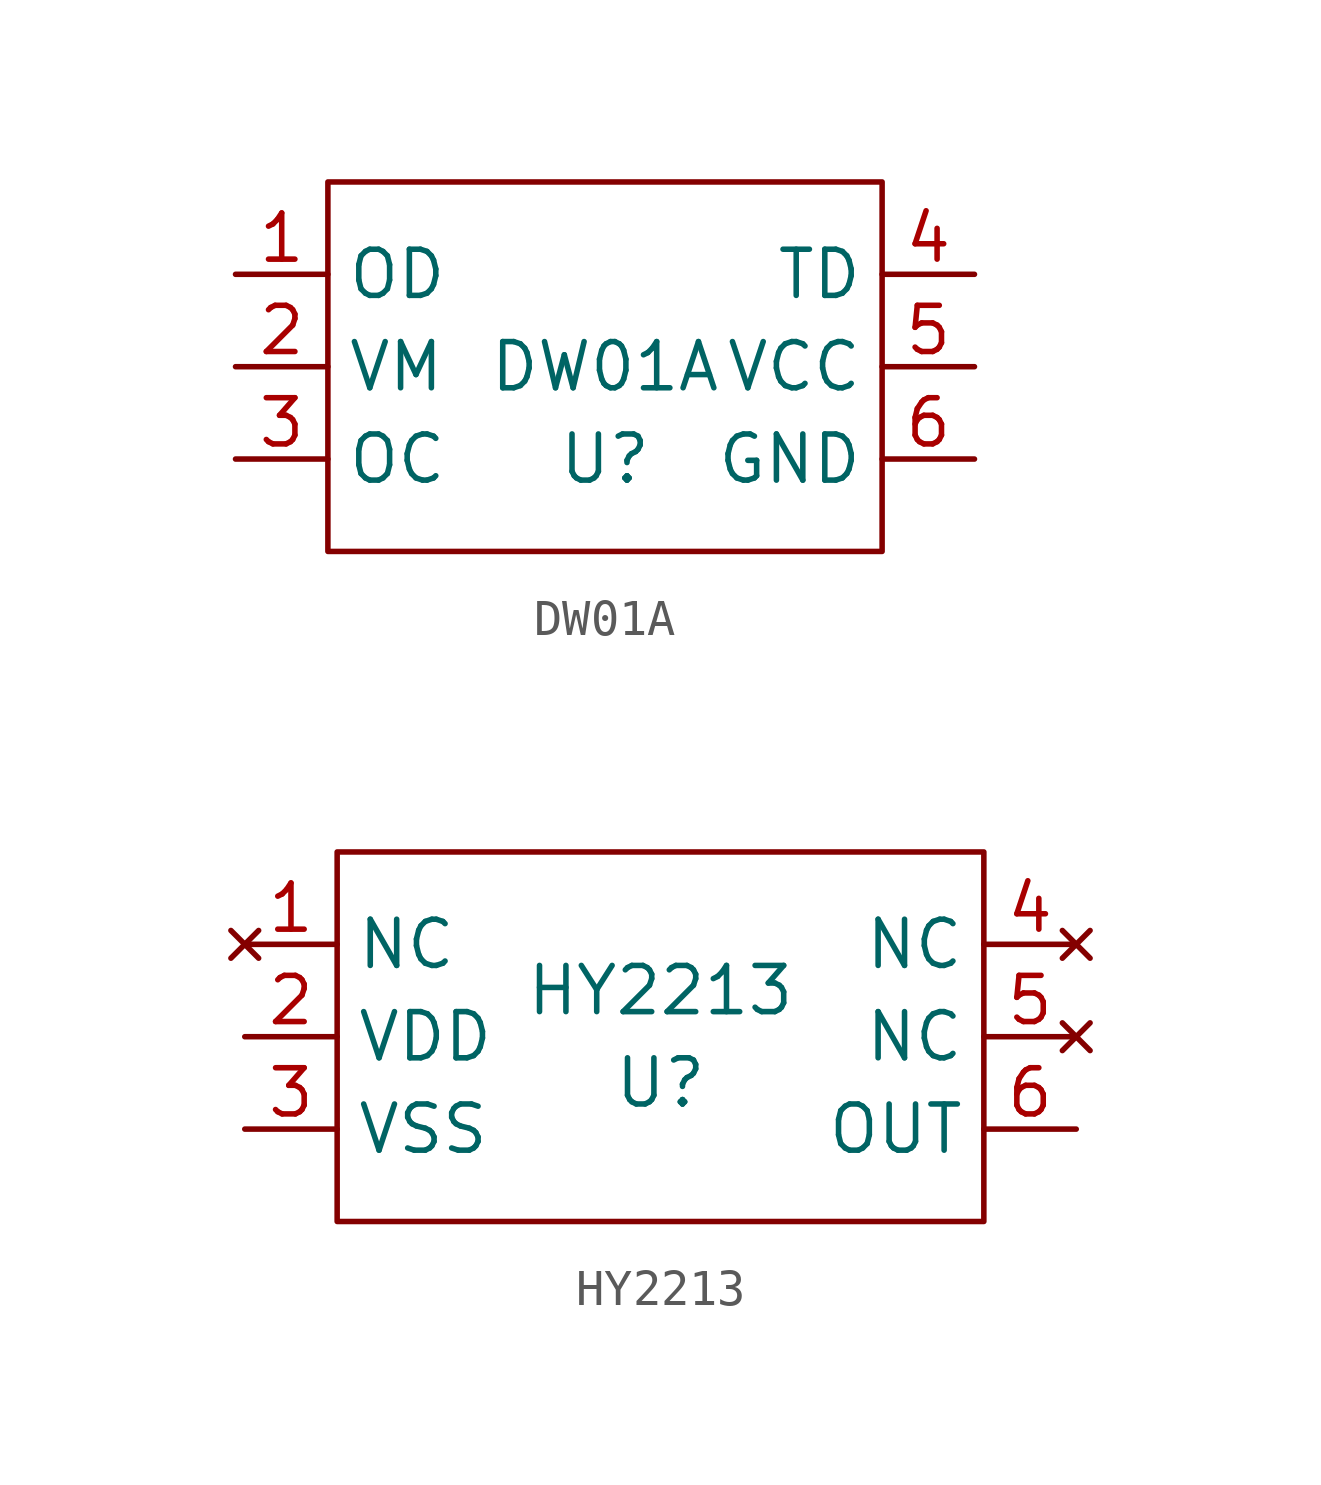
<source format=kicad_sym>
(kicad_symbol_lib
  (version 20211014)
  (generator kicad_symbol_editor)
  (symbol "DW01A"
    (property "Reference" "U"
      (at 0 0 0)
      (effects (font (size 1.27 1.27))))
    (property "Value" "DW01A"
      (at 0 2.54 0)
      (effects (font (size 1.27 1.27))))
    (symbol "DW01A_0_1"
      (rectangle (start -7.62 7.62) (end 7.62 -2.54) (stroke (width 0) (type default) (color 0 0 0 0)) (fill (type none))))
    (symbol "DW01A_1_1"
      (pin power_in line (at -10.16 5.08 0) (length 2.54) (name "OD" (effects (font (size 1.27 1.27)))) (number "1" (effects (font (size 1.27 1.27)))))
      (pin power_in line (at -10.16 2.54 0) (length 2.54) (name "VM" (effects (font (size 1.27 1.27)))) (number "2" (effects (font (size 1.27 1.27)))))
      (pin power_in line (at -10.16 0 0) (length 2.54) (name "OC" (effects (font (size 1.27 1.27)))) (number "3" (effects (font (size 1.27 1.27)))))
      (pin bidirectional line (at 10.16 5.08 180) (length 2.54) (name "TD" (effects (font (size 1.27 1.27)))) (number "4" (effects (font (size 1.27 1.27)))))
      (pin power_in line (at 10.16 2.54 180) (length 2.54) (name "VCC" (effects (font (size 1.27 1.27)))) (number "5" (effects (font (size 1.27 1.27)))))
      (pin power_in line (at 10.16 0 180) (length 2.54) (name "GND" (effects (font (size 1.27 1.27)))) (number "6" (effects (font (size 1.27 1.27)))))))
  (symbol "HY2213"
    (property "Reference" "U"
      (at 0 0 0)
      (effects (font (size 1.27 1.27))))
    (property "Value" "HY2213"
      (at 0 2.54 0)
      (effects (font (size 1.27 1.27))))
    (symbol "HY2213_0_1"
      (rectangle (start -8.89 6.35) (end 8.89 -3.81) (stroke (width 0) (type default) (color 0 0 0 0)) (fill (type none))))
    (symbol "HY2213_1_1"
      (pin no_connect line (at -11.43 3.81 0) (length 2.54) (name "NC" (effects (font (size 1.27 1.27)))) (number "1" (effects (font (size 1.27 1.27)))))
      (pin power_in line (at -11.43 1.27 0) (length 2.54) (name "VDD" (effects (font (size 1.27 1.27)))) (number "2" (effects (font (size 1.27 1.27)))))
      (pin power_in line (at -11.43 -1.27 0) (length 2.54) (name "VSS" (effects (font (size 1.27 1.27)))) (number "3" (effects (font (size 1.27 1.27)))))
      (pin no_connect line (at 11.43 3.81 180) (length 2.54) (name "NC" (effects (font (size 1.27 1.27)))) (number "4" (effects (font (size 1.27 1.27)))))
      (pin no_connect line (at 11.43 1.27 180) (length 2.54) (name "NC" (effects (font (size 1.27 1.27)))) (number "5" (effects (font (size 1.27 1.27)))))
      (pin power_in line (at 11.43 -1.27 180) (length 2.54) (name "OUT" (effects (font (size 1.27 1.27)))) (number "6" (effects (font (size 1.27 1.27))))))))
</source>
